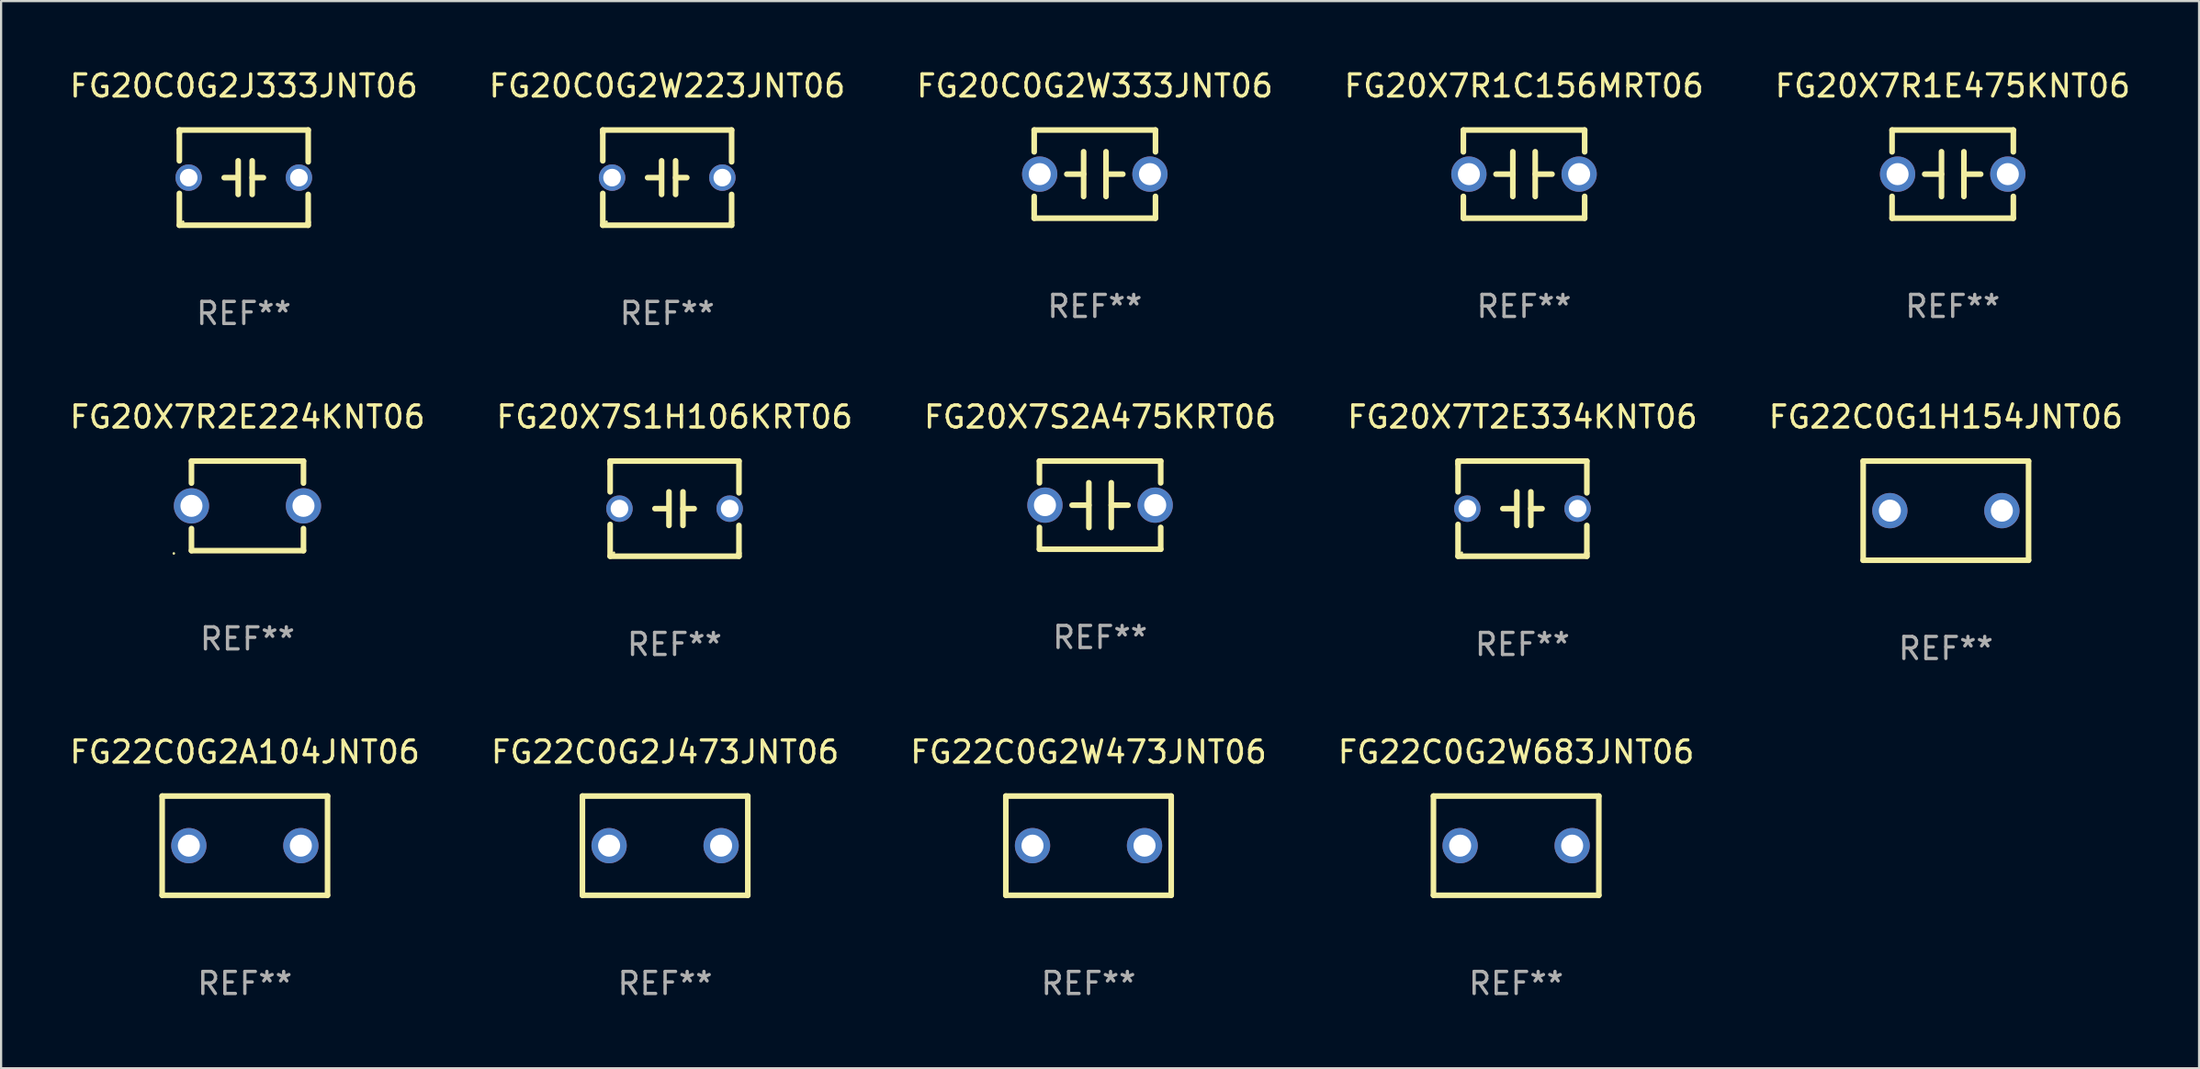
<source format=kicad_pcb>
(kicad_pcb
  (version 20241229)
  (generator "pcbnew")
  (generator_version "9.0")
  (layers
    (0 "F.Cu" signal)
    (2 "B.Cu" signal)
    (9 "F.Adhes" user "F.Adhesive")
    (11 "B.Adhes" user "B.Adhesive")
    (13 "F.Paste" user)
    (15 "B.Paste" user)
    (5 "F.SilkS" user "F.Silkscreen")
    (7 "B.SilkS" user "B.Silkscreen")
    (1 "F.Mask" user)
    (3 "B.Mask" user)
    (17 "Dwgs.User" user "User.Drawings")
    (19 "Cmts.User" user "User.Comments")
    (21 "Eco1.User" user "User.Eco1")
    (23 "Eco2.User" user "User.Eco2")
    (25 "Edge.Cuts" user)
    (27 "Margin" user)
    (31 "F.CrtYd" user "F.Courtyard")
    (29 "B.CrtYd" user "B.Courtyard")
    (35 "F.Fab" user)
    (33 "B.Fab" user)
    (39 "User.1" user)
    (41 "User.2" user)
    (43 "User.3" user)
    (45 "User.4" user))
  (footprint "FG20X7R1C156MRT06"
    (layer "F.Cu")
    (at 66.065 4.848)
    (property "Reference" "FG20X7R1C156MRT06" (at 0 -4 0) (layer "F.SilkS") (effects (font (size 1 1) (thickness 0.15))))
    (attr through_hole)
    (fp_line (start -2.75 -2) (end -2.75 -1.009) (stroke (width 0.254) (type solid)) (layer "F.SilkS"))
    (fp_line (start -2.75 -2) (end 2.75 -2) (stroke (width 0.254) (type solid)) (layer "F.SilkS"))
    (fp_line (start -2.75 1.009) (end -2.75 2) (stroke (width 0.254) (type solid)) (layer "F.SilkS"))
    (fp_line (start -0.508 -1.016) (end -0.508 1.016) (stroke (width 0.254) (type solid)) (layer "F.SilkS"))
    (fp_line (start -0.508 0.002) (end -1.27 0.002) (stroke (width 0.254) (type solid)) (layer "F.SilkS"))
    (fp_line (start 0.508 0.002) (end 1.27 0.002) (stroke (width 0.254) (type solid)) (layer "F.SilkS"))
    (fp_line (start 0.508 1.016) (end 0.508 -1.016) (stroke (width 0.254) (type solid)) (layer "F.SilkS"))
    (fp_line (start 2.75 2) (end -2.75 2) (stroke (width 0.254) (type solid)) (layer "F.SilkS"))
    (fp_line (start 2.75 -2) (end 2.75 -1.009) (stroke (width 0.254) (type solid)) (layer "F.SilkS"))
    (fp_line (start 2.75 1.009) (end 2.75 2) (stroke (width 0.254) (type solid)) (layer "F.SilkS"))
    (fp_circle (center -2.75 2) (end -2.72 2) (stroke (width 0.06) (type solid)) (fill no) (layer "F.SilkS"))
    (fp_text user "REF**" (at 0 6 0) (layer "F.Fab") (effects (font (size 1 1) (thickness 0.15))))
    (pad "1" thru_hole circle (at -2.5 0) (size 1.6 1.6) (drill 1) (layers "*.Cu" "*.Mask"))
    (pad "2" thru_hole circle (at 2.5 0) (size 1.6 1.6) (drill 1) (layers "*.Cu" "*.Mask")))
  (footprint "FG20X7R1E475KNT06"
    (layer "F.Cu")
    (at 85.506 4.848)
    (property "Reference" "FG20X7R1E475KNT06" (at 0 -4 0) (layer "F.SilkS") (effects (font (size 1 1) (thickness 0.15))))
    (attr through_hole)
    (fp_line (start -2.75 -2) (end -2.75 -1.009) (stroke (width 0.254) (type solid)) (layer "F.SilkS"))
    (fp_line (start -2.75 -2) (end 2.75 -2) (stroke (width 0.254) (type solid)) (layer "F.SilkS"))
    (fp_line (start -2.75 1.009) (end -2.75 2) (stroke (width 0.254) (type solid)) (layer "F.SilkS"))
    (fp_line (start -0.508 -1.016) (end -0.508 1.016) (stroke (width 0.254) (type solid)) (layer "F.SilkS"))
    (fp_line (start -0.508 0.002) (end -1.27 0.002) (stroke (width 0.254) (type solid)) (layer "F.SilkS"))
    (fp_line (start 0.508 0.002) (end 1.27 0.002) (stroke (width 0.254) (type solid)) (layer "F.SilkS"))
    (fp_line (start 0.508 1.016) (end 0.508 -1.016) (stroke (width 0.254) (type solid)) (layer "F.SilkS"))
    (fp_line (start 2.75 2) (end -2.75 2) (stroke (width 0.254) (type solid)) (layer "F.SilkS"))
    (fp_line (start 2.75 -2) (end 2.75 -1.009) (stroke (width 0.254) (type solid)) (layer "F.SilkS"))
    (fp_line (start 2.75 1.009) (end 2.75 2) (stroke (width 0.254) (type solid)) (layer "F.SilkS"))
    (fp_circle (center -2.75 2) (end -2.72 2) (stroke (width 0.06) (type solid)) (fill no) (layer "F.SilkS"))
    (fp_text user "REF**" (at 0 6 0) (layer "F.Fab") (effects (font (size 1 1) (thickness 0.15))))
    (pad "1" thru_hole circle (at -2.5 0) (size 1.6 1.6) (drill 1) (layers "*.Cu" "*.Mask"))
    (pad "2" thru_hole circle (at 2.5 0) (size 1.6 1.6) (drill 1) (layers "*.Cu" "*.Mask")))
  (footprint "FG20X7S1H106KRT06"
    (layer "F.Cu")
    (at 27.542 20.022)
    (property "Reference" "FG20X7S1H106KRT06" (at 0 -4.159 0) (layer "F.SilkS") (effects (font (size 1 1) (thickness 0.15))))
    (attr through_hole)
    (fp_line (start -2.921 -2.159) (end 2.921 -2.159) (stroke (width 0.254) (type solid)) (layer "F.SilkS"))
    (fp_line (start -2.921 -2.032) (end -2.921 -2.159) (stroke (width 0.254) (type solid)) (layer "F.SilkS"))
    (fp_line (start -2.921 -0.762) (end -2.921 -2.032) (stroke (width 0.254) (type solid)) (layer "F.SilkS"))
    (fp_line (start -2.921 2.159) (end -2.921 0.716) (stroke (width 0.254) (type solid)) (layer "F.SilkS"))
    (fp_line (start -0.381 -0.000025) (end -0.889 -0.000025) (stroke (width 0.254) (type solid)) (layer "F.SilkS"))
    (fp_line (start -0.254 -0.762) (end -0.254 0.762) (stroke (width 0.254) (type solid)) (layer "F.SilkS"))
    (fp_line (start 0.381 -0.762) (end 0.381 0.762) (stroke (width 0.254) (type solid)) (layer "F.SilkS"))
    (fp_line (start 0.381 0.000025) (end 0.889 0.000025) (stroke (width 0.254) (type solid)) (layer "F.SilkS"))
    (fp_line (start 2.921 -2.159) (end 2.921 -0.716) (stroke (width 0.254) (type solid)) (layer "F.SilkS"))
    (fp_line (start 2.921 0.762) (end 2.921 2.032) (stroke (width 0.254) (type solid)) (layer "F.SilkS"))
    (fp_line (start 2.921 2.032) (end 2.921 2.159) (stroke (width 0.254) (type solid)) (layer "F.SilkS"))
    (fp_line (start 2.921 2.159) (end -2.921 2.159) (stroke (width 0.254) (type solid)) (layer "F.SilkS"))
    (fp_circle (center -2.75 2) (end -2.72 2) (stroke (width 0.06) (type solid)) (fill no) (layer "F.SilkS"))
    (fp_text user "REF**" (at 0 6.159 0) (layer "F.Fab") (effects (font (size 1 1) (thickness 0.15))))
    (pad "1" thru_hole circle (at -2.5 0) (size 1.2 1.2) (drill 0.8) (layers "*.Cu" "*.Mask"))
    (pad "2" thru_hole circle (at 2.5 0) (size 1.2 1.2) (drill 0.8) (layers "*.Cu" "*.Mask")))
  (footprint "FG20C0G2J333JNT06"
    (layer "F.Cu")
    (at 8.006 5.007)
    (property "Reference" "FG20C0G2J333JNT06" (at 0 -4.159 0) (layer "F.SilkS") (effects (font (size 1 1) (thickness 0.15))))
    (attr through_hole)
    (fp_line (start -2.921 -2.159) (end 2.921 -2.159) (stroke (width 0.254) (type solid)) (layer "F.SilkS"))
    (fp_line (start -2.921 -2.032) (end -2.921 -2.159) (stroke (width 0.254) (type solid)) (layer "F.SilkS"))
    (fp_line (start -2.921 -0.762) (end -2.921 -2.032) (stroke (width 0.254) (type solid)) (layer "F.SilkS"))
    (fp_line (start -2.921 2.159) (end -2.921 0.716) (stroke (width 0.254) (type solid)) (layer "F.SilkS"))
    (fp_line (start -0.381 -0.000025) (end -0.889 -0.000025) (stroke (width 0.254) (type solid)) (layer "F.SilkS"))
    (fp_line (start -0.254 -0.762) (end -0.254 0.762) (stroke (width 0.254) (type solid)) (layer "F.SilkS"))
    (fp_line (start 0.381 -0.762) (end 0.381 0.762) (stroke (width 0.254) (type solid)) (layer "F.SilkS"))
    (fp_line (start 0.381 0.000025) (end 0.889 0.000025) (stroke (width 0.254) (type solid)) (layer "F.SilkS"))
    (fp_line (start 2.921 -2.159) (end 2.921 -0.716) (stroke (width 0.254) (type solid)) (layer "F.SilkS"))
    (fp_line (start 2.921 0.762) (end 2.921 2.032) (stroke (width 0.254) (type solid)) (layer "F.SilkS"))
    (fp_line (start 2.921 2.032) (end 2.921 2.159) (stroke (width 0.254) (type solid)) (layer "F.SilkS"))
    (fp_line (start 2.921 2.159) (end -2.921 2.159) (stroke (width 0.254) (type solid)) (layer "F.SilkS"))
    (fp_circle (center -2.75 2) (end -2.72 2) (stroke (width 0.06) (type solid)) (fill no) (layer "F.SilkS"))
    (fp_text user "REF**" (at 0 6.159 0) (layer "F.Fab") (effects (font (size 1 1) (thickness 0.15))))
    (pad "1" thru_hole circle (at -2.5 0) (size 1.2 1.2) (drill 0.8) (layers "*.Cu" "*.Mask"))
    (pad "2" thru_hole circle (at 2.5 0) (size 1.2 1.2) (drill 0.8) (layers "*.Cu" "*.Mask")))
  (footprint "FG22C0G2W683JNT06"
    (layer "F.Cu")
    (at 65.708 35.309)
    (property "Reference" "FG22C0G2W683JNT06" (at 0 -4.25 0) (layer "F.SilkS") (effects (font (size 1 1) (thickness 0.15))))
    (attr through_hole)
    (fp_line (start -3.75 -2.25) (end -3.75 2.25) (stroke (width 0.254) (type solid)) (layer "F.SilkS"))
    (fp_line (start -3.75 -2.25) (end 3.75 -2.25) (stroke (width 0.254) (type solid)) (layer "F.SilkS"))
    (fp_line (start 3.75 -2.25) (end 3.75 2.25) (stroke (width 0.254) (type solid)) (layer "F.SilkS"))
    (fp_line (start 3.75 2.25) (end -3.75 2.25) (stroke (width 0.254) (type solid)) (layer "F.SilkS"))
    (fp_circle (center -3.75 2.25) (end -3.72 2.25) (stroke (width 0.06) (type solid)) (fill no) (layer "F.SilkS"))
    (fp_text user "REF**" (at 0 6.25 0) (layer "F.Fab") (effects (font (size 1 1) (thickness 0.15))))
    (pad "1" thru_hole circle (at -2.54 0) (size 1.6 1.6) (drill 1) (layers "*.Cu" "*.Mask"))
    (pad "2" thru_hole circle (at 2.54 0) (size 1.6 1.6) (drill 1) (layers "*.Cu" "*.Mask")))
  (footprint "FG22C0G1H154JNT06"
    (layer "F.Cu")
    (at 85.196 20.113)
    (property "Reference" "FG22C0G1H154JNT06" (at 0 -4.25 0) (layer "F.SilkS") (effects (font (size 1 1) (thickness 0.15))))
    (attr through_hole)
    (fp_line (start -3.75 -2.25) (end -3.75 2.25) (stroke (width 0.254) (type solid)) (layer "F.SilkS"))
    (fp_line (start -3.75 -2.25) (end 3.75 -2.25) (stroke (width 0.254) (type solid)) (layer "F.SilkS"))
    (fp_line (start 3.75 -2.25) (end 3.75 2.25) (stroke (width 0.254) (type solid)) (layer "F.SilkS"))
    (fp_line (start 3.75 2.25) (end -3.75 2.25) (stroke (width 0.254) (type solid)) (layer "F.SilkS"))
    (fp_circle (center -3.75 2.25) (end -3.72 2.25) (stroke (width 0.06) (type solid)) (fill no) (layer "F.SilkS"))
    (fp_text user "REF**" (at 0 6.25 0) (layer "F.Fab") (effects (font (size 1 1) (thickness 0.15))))
    (pad "1" thru_hole circle (at -2.54 0) (size 1.6 1.6) (drill 1) (layers "*.Cu" "*.Mask"))
    (pad "2" thru_hole circle (at 2.54 0) (size 1.6 1.6) (drill 1) (layers "*.Cu" "*.Mask")))
  (footprint "FG22C0G2A104JNT06"
    (layer "F.Cu")
    (at 8.054 35.309)
    (property "Reference" "FG22C0G2A104JNT06" (at 0 -4.25 0) (layer "F.SilkS") (effects (font (size 1 1) (thickness 0.15))))
    (attr through_hole)
    (fp_line (start -3.75 -2.25) (end -3.75 2.25) (stroke (width 0.254) (type solid)) (layer "F.SilkS"))
    (fp_line (start -3.75 -2.25) (end 3.75 -2.25) (stroke (width 0.254) (type solid)) (layer "F.SilkS"))
    (fp_line (start 3.75 -2.25) (end 3.75 2.25) (stroke (width 0.254) (type solid)) (layer "F.SilkS"))
    (fp_line (start 3.75 2.25) (end -3.75 2.25) (stroke (width 0.254) (type solid)) (layer "F.SilkS"))
    (fp_circle (center -3.75 2.25) (end -3.72 2.25) (stroke (width 0.06) (type solid)) (fill no) (layer "F.SilkS"))
    (fp_text user "REF**" (at 0 6.25 0) (layer "F.Fab") (effects (font (size 1 1) (thickness 0.15))))
    (pad "1" thru_hole circle (at -2.54 0) (size 1.6 1.6) (drill 1) (layers "*.Cu" "*.Mask"))
    (pad "2" thru_hole circle (at 2.54 0) (size 1.6 1.6) (drill 1) (layers "*.Cu" "*.Mask")))
  (footprint "FG20X7S2A475KRT06"
    (layer "F.Cu")
    (at 46.839 19.863)
    (property "Reference" "FG20X7S2A475KRT06" (at 0 -4 0) (layer "F.SilkS") (effects (font (size 1 1) (thickness 0.15))))
    (attr through_hole)
    (fp_line (start -2.75 -2) (end -2.75 -1.009) (stroke (width 0.254) (type solid)) (layer "F.SilkS"))
    (fp_line (start -2.75 -2) (end 2.75 -2) (stroke (width 0.254) (type solid)) (layer "F.SilkS"))
    (fp_line (start -2.75 1.009) (end -2.75 2) (stroke (width 0.254) (type solid)) (layer "F.SilkS"))
    (fp_line (start -0.508 -1.016) (end -0.508 1.016) (stroke (width 0.254) (type solid)) (layer "F.SilkS"))
    (fp_line (start -0.508 0.002) (end -1.27 0.002) (stroke (width 0.254) (type solid)) (layer "F.SilkS"))
    (fp_line (start 0.508 0.002) (end 1.27 0.002) (stroke (width 0.254) (type solid)) (layer "F.SilkS"))
    (fp_line (start 0.508 1.016) (end 0.508 -1.016) (stroke (width 0.254) (type solid)) (layer "F.SilkS"))
    (fp_line (start 2.75 2) (end -2.75 2) (stroke (width 0.254) (type solid)) (layer "F.SilkS"))
    (fp_line (start 2.75 -2) (end 2.75 -1.009) (stroke (width 0.254) (type solid)) (layer "F.SilkS"))
    (fp_line (start 2.75 1.009) (end 2.75 2) (stroke (width 0.254) (type solid)) (layer "F.SilkS"))
    (fp_circle (center -2.75 2) (end -2.72 2) (stroke (width 0.06) (type solid)) (fill no) (layer "F.SilkS"))
    (fp_text user "REF**" (at 0 6 0) (layer "F.Fab") (effects (font (size 1 1) (thickness 0.15))))
    (pad "1" thru_hole circle (at -2.5 0) (size 1.6 1.6) (drill 1) (layers "*.Cu" "*.Mask"))
    (pad "2" thru_hole circle (at 2.5 0) (size 1.6 1.6) (drill 1) (layers "*.Cu" "*.Mask")))
  (footprint "FG20C0G2W223JNT06"
    (layer "F.Cu")
    (at 27.208 5.007)
    (property "Reference" "FG20C0G2W223JNT06" (at 0 -4.159 0) (layer "F.SilkS") (effects (font (size 1 1) (thickness 0.15))))
    (attr through_hole)
    (fp_line (start -2.921 -2.159) (end 2.921 -2.159) (stroke (width 0.254) (type solid)) (layer "F.SilkS"))
    (fp_line (start -2.921 -2.032) (end -2.921 -2.159) (stroke (width 0.254) (type solid)) (layer "F.SilkS"))
    (fp_line (start -2.921 -0.762) (end -2.921 -2.032) (stroke (width 0.254) (type solid)) (layer "F.SilkS"))
    (fp_line (start -2.921 2.159) (end -2.921 0.716) (stroke (width 0.254) (type solid)) (layer "F.SilkS"))
    (fp_line (start -0.381 -0.000025) (end -0.889 -0.000025) (stroke (width 0.254) (type solid)) (layer "F.SilkS"))
    (fp_line (start -0.254 -0.762) (end -0.254 0.762) (stroke (width 0.254) (type solid)) (layer "F.SilkS"))
    (fp_line (start 0.381 -0.762) (end 0.381 0.762) (stroke (width 0.254) (type solid)) (layer "F.SilkS"))
    (fp_line (start 0.381 0.000025) (end 0.889 0.000025) (stroke (width 0.254) (type solid)) (layer "F.SilkS"))
    (fp_line (start 2.921 -2.159) (end 2.921 -0.716) (stroke (width 0.254) (type solid)) (layer "F.SilkS"))
    (fp_line (start 2.921 0.762) (end 2.921 2.032) (stroke (width 0.254) (type solid)) (layer "F.SilkS"))
    (fp_line (start 2.921 2.032) (end 2.921 2.159) (stroke (width 0.254) (type solid)) (layer "F.SilkS"))
    (fp_line (start 2.921 2.159) (end -2.921 2.159) (stroke (width 0.254) (type solid)) (layer "F.SilkS"))
    (fp_circle (center -2.75 2) (end -2.72 2) (stroke (width 0.06) (type solid)) (fill no) (layer "F.SilkS"))
    (fp_text user "REF**" (at 0 6.159 0) (layer "F.Fab") (effects (font (size 1 1) (thickness 0.15))))
    (pad "1" thru_hole circle (at -2.5 0) (size 1.2 1.2) (drill 0.8) (layers "*.Cu" "*.Mask"))
    (pad "2" thru_hole circle (at 2.5 0) (size 1.2 1.2) (drill 0.8) (layers "*.Cu" "*.Mask")))
  (footprint "FG22C0G2W473JNT06"
    (layer "F.Cu")
    (at 46.315 35.309)
    (property "Reference" "FG22C0G2W473JNT06" (at 0 -4.25 0) (layer "F.SilkS") (effects (font (size 1 1) (thickness 0.15))))
    (attr through_hole)
    (fp_line (start -3.75 -2.25) (end -3.75 2.25) (stroke (width 0.254) (type solid)) (layer "F.SilkS"))
    (fp_line (start -3.75 -2.25) (end 3.75 -2.25) (stroke (width 0.254) (type solid)) (layer "F.SilkS"))
    (fp_line (start 3.75 -2.25) (end 3.75 2.25) (stroke (width 0.254) (type solid)) (layer "F.SilkS"))
    (fp_line (start 3.75 2.25) (end -3.75 2.25) (stroke (width 0.254) (type solid)) (layer "F.SilkS"))
    (fp_circle (center -3.75 2.25) (end -3.72 2.25) (stroke (width 0.06) (type solid)) (fill no) (layer "F.SilkS"))
    (fp_text user "REF**" (at 0 6.25 0) (layer "F.Fab") (effects (font (size 1 1) (thickness 0.15))))
    (pad "1" thru_hole circle (at -2.54 0) (size 1.6 1.6) (drill 1) (layers "*.Cu" "*.Mask"))
    (pad "2" thru_hole circle (at 2.54 0) (size 1.6 1.6) (drill 1) (layers "*.Cu" "*.Mask")))
  (footprint "FG20C0G2W333JNT06"
    (layer "F.Cu")
    (at 46.601 4.848)
    (property "Reference" "FG20C0G2W333JNT06" (at 0 -4 0) (layer "F.SilkS") (effects (font (size 1 1) (thickness 0.15))))
    (attr through_hole)
    (fp_line (start -2.75 -2) (end -2.75 -1.009) (stroke (width 0.254) (type solid)) (layer "F.SilkS"))
    (fp_line (start -2.75 -2) (end 2.75 -2) (stroke (width 0.254) (type solid)) (layer "F.SilkS"))
    (fp_line (start -2.75 1.009) (end -2.75 2) (stroke (width 0.254) (type solid)) (layer "F.SilkS"))
    (fp_line (start -0.508 -1.016) (end -0.508 1.016) (stroke (width 0.254) (type solid)) (layer "F.SilkS"))
    (fp_line (start -0.508 0.002) (end -1.27 0.002) (stroke (width 0.254) (type solid)) (layer "F.SilkS"))
    (fp_line (start 0.508 0.002) (end 1.27 0.002) (stroke (width 0.254) (type solid)) (layer "F.SilkS"))
    (fp_line (start 0.508 1.016) (end 0.508 -1.016) (stroke (width 0.254) (type solid)) (layer "F.SilkS"))
    (fp_line (start 2.75 2) (end -2.75 2) (stroke (width 0.254) (type solid)) (layer "F.SilkS"))
    (fp_line (start 2.75 -2) (end 2.75 -1.009) (stroke (width 0.254) (type solid)) (layer "F.SilkS"))
    (fp_line (start 2.75 1.009) (end 2.75 2) (stroke (width 0.254) (type solid)) (layer "F.SilkS"))
    (fp_circle (center -2.75 2) (end -2.72 2) (stroke (width 0.06) (type solid)) (fill no) (layer "F.SilkS"))
    (fp_text user "REF**" (at 0 6 0) (layer "F.Fab") (effects (font (size 1 1) (thickness 0.15))))
    (pad "1" thru_hole circle (at -2.5 0) (size 1.6 1.6) (drill 1) (layers "*.Cu" "*.Mask"))
    (pad "2" thru_hole circle (at 2.5 0) (size 1.6 1.6) (drill 1) (layers "*.Cu" "*.Mask")))
  (footprint "FG20X7R2E224KNT06"
    (layer "F.Cu")
    (at 8.173 19.895)
    (property "Reference" "FG20X7R2E224KNT06" (at 0 -4.032 0) (layer "F.SilkS") (effects (font (size 1 1) (thickness 0.15))))
    (attr through_hole)
    (fp_line (start -2.54 -2.032) (end -2.54 -1.031) (stroke (width 0.254) (type solid)) (layer "F.SilkS"))
    (fp_line (start -2.54 -2.032) (end 2.54 -2.032) (stroke (width 0.254) (type solid)) (layer "F.SilkS"))
    (fp_line (start -2.54 1.031) (end -2.54 2.032) (stroke (width 0.254) (type solid)) (layer "F.SilkS"))
    (fp_line (start -2.54 2.032) (end 2.54 2.032) (stroke (width 0.254) (type solid)) (layer "F.SilkS"))
    (fp_line (start 2.54 -2.032) (end 2.54 -1.031) (stroke (width 0.254) (type solid)) (layer "F.SilkS"))
    (fp_line (start 2.54 1.031) (end 2.54 2.032) (stroke (width 0.254) (type solid)) (layer "F.SilkS"))
    (fp_circle (center -3.34 2.159) (end -3.31 2.159) (stroke (width 0.06) (type solid)) (fill no) (layer "F.SilkS"))
    (fp_text user "REF**" (at 0 6.032 0) (layer "F.Fab") (effects (font (size 1 1) (thickness 0.15))))
    (pad "1" thru_hole circle (at -2.54 0) (size 1.6 1.6) (drill 1) (layers "*.Cu" "*.Mask"))
    (pad "2" thru_hole circle (at 2.54 0) (size 1.6 1.6) (drill 1) (layers "*.Cu" "*.Mask")))
  (footprint "FG20X7T2E334KNT06"
    (layer "F.Cu")
    (at 65.994 20.022)
    (property "Reference" "FG20X7T2E334KNT06" (at 0 -4.159 0) (layer "F.SilkS") (effects (font (size 1 1) (thickness 0.15))))
    (attr through_hole)
    (fp_line (start -2.921 -2.159) (end 2.921 -2.159) (stroke (width 0.254) (type solid)) (layer "F.SilkS"))
    (fp_line (start -2.921 -2.032) (end -2.921 -2.159) (stroke (width 0.254) (type solid)) (layer "F.SilkS"))
    (fp_line (start -2.921 -0.762) (end -2.921 -2.032) (stroke (width 0.254) (type solid)) (layer "F.SilkS"))
    (fp_line (start -2.921 2.159) (end -2.921 0.716) (stroke (width 0.254) (type solid)) (layer "F.SilkS"))
    (fp_line (start -0.381 -0.000025) (end -0.889 -0.000025) (stroke (width 0.254) (type solid)) (layer "F.SilkS"))
    (fp_line (start -0.254 -0.762) (end -0.254 0.762) (stroke (width 0.254) (type solid)) (layer "F.SilkS"))
    (fp_line (start 0.381 -0.762) (end 0.381 0.762) (stroke (width 0.254) (type solid)) (layer "F.SilkS"))
    (fp_line (start 0.381 0.000025) (end 0.889 0.000025) (stroke (width 0.254) (type solid)) (layer "F.SilkS"))
    (fp_line (start 2.921 -2.159) (end 2.921 -0.716) (stroke (width 0.254) (type solid)) (layer "F.SilkS"))
    (fp_line (start 2.921 0.762) (end 2.921 2.032) (stroke (width 0.254) (type solid)) (layer "F.SilkS"))
    (fp_line (start 2.921 2.032) (end 2.921 2.159) (stroke (width 0.254) (type solid)) (layer "F.SilkS"))
    (fp_line (start 2.921 2.159) (end -2.921 2.159) (stroke (width 0.254) (type solid)) (layer "F.SilkS"))
    (fp_circle (center -2.75 2) (end -2.72 2) (stroke (width 0.06) (type solid)) (fill no) (layer "F.SilkS"))
    (fp_text user "REF**" (at 0 6.159 0) (layer "F.Fab") (effects (font (size 1 1) (thickness 0.15))))
    (pad "1" thru_hole circle (at -2.5 0) (size 1.2 1.2) (drill 0.8) (layers "*.Cu" "*.Mask"))
    (pad "2" thru_hole circle (at 2.5 0) (size 1.2 1.2) (drill 0.8) (layers "*.Cu" "*.Mask")))
  (footprint "FG22C0G2J473JNT06"
    (layer "F.Cu")
    (at 27.113 35.309)
    (property "Reference" "FG22C0G2J473JNT06" (at 0 -4.25 0) (layer "F.SilkS") (effects (font (size 1 1) (thickness 0.15))))
    (attr through_hole)
    (fp_line (start -3.75 -2.25) (end -3.75 2.25) (stroke (width 0.254) (type solid)) (layer "F.SilkS"))
    (fp_line (start -3.75 -2.25) (end 3.75 -2.25) (stroke (width 0.254) (type solid)) (layer "F.SilkS"))
    (fp_line (start 3.75 -2.25) (end 3.75 2.25) (stroke (width 0.254) (type solid)) (layer "F.SilkS"))
    (fp_line (start 3.75 2.25) (end -3.75 2.25) (stroke (width 0.254) (type solid)) (layer "F.SilkS"))
    (fp_circle (center -3.75 2.25) (end -3.72 2.25) (stroke (width 0.06) (type solid)) (fill no) (layer "F.SilkS"))
    (fp_text user "REF**" (at 0 6.25 0) (layer "F.Fab") (effects (font (size 1 1) (thickness 0.15))))
    (pad "1" thru_hole circle (at -2.54 0) (size 1.6 1.6) (drill 1) (layers "*.Cu" "*.Mask"))
    (pad "2" thru_hole circle (at 2.54 0) (size 1.6 1.6) (drill 1) (layers "*.Cu" "*.Mask")))
  (gr_rect
    (start -3 -3)
    (end 96.679 45.408)
    (stroke (width 0.1) (type default))
    (fill no)
    (layer "Edge.Cuts")))
</source>
